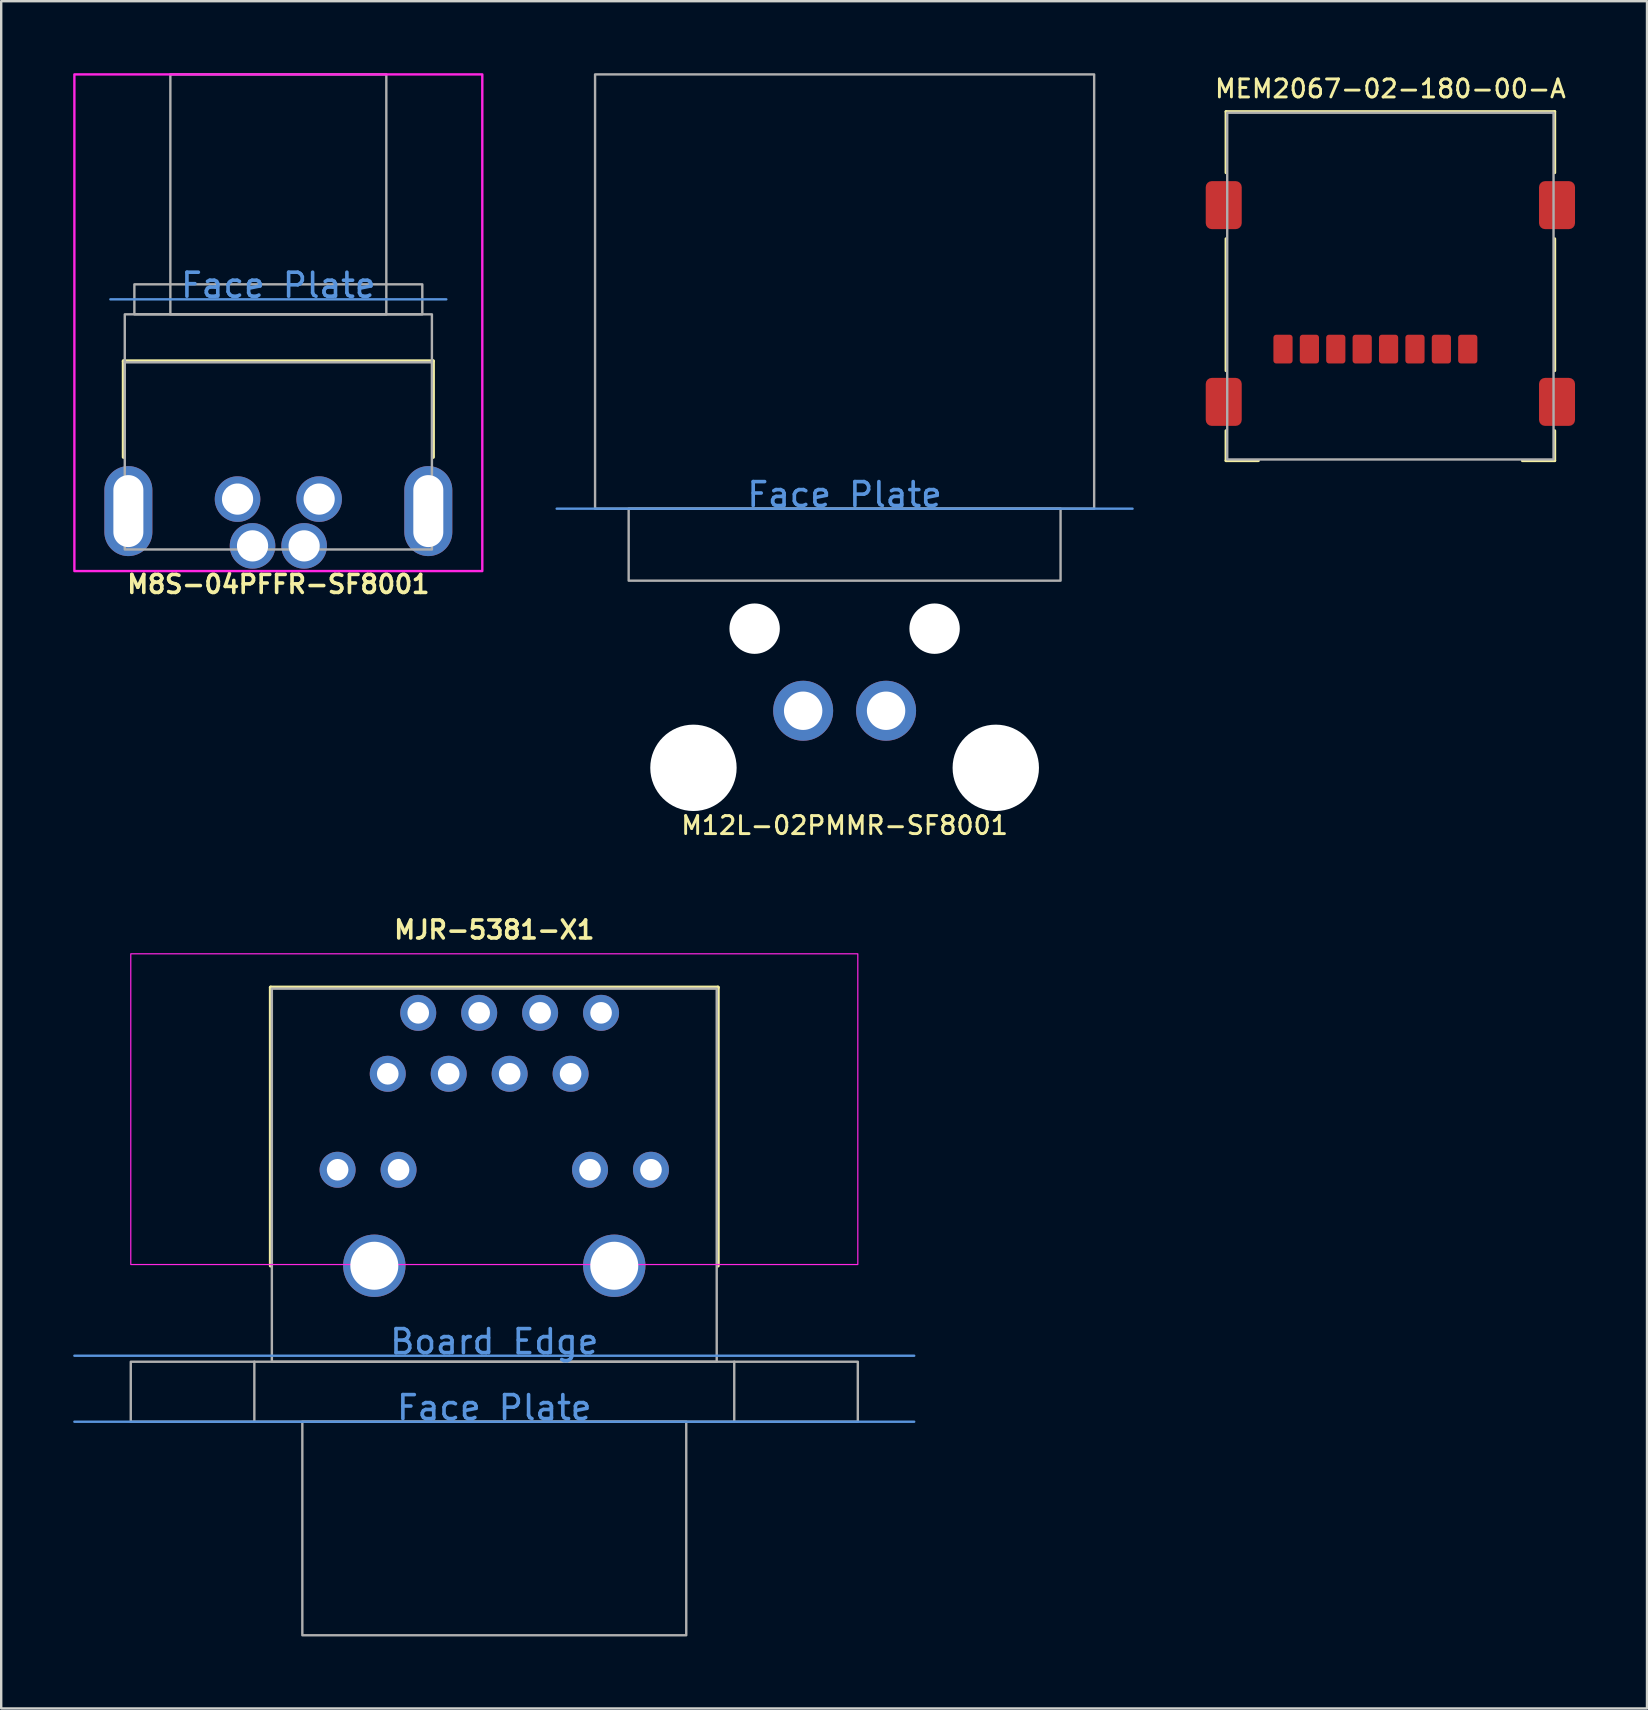
<source format=kicad_pcb>
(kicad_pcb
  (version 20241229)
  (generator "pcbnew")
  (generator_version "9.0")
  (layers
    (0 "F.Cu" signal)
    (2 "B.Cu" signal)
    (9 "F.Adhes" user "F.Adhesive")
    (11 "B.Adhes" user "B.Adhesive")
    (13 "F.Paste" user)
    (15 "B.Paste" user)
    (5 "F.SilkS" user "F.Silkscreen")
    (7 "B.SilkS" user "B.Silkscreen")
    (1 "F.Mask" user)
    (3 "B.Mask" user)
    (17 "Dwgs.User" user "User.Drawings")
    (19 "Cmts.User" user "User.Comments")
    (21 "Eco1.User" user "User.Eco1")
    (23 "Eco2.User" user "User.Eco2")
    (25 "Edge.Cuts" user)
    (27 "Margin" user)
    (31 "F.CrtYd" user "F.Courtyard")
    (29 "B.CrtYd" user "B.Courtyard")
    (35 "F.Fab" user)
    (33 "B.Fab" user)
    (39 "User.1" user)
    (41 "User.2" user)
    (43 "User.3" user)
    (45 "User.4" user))
  (footprint "M12L-02PMMR-SF8001"
    (layer "F.Cu")
    (at 32.15 28.95)
    (property "Reference" "M12L-02PMMR-SF8001" (at 0 2.4 0) (unlocked yes) (layer "F.SilkS") (effects (font (size 0.75 0.75) (thickness 0.12))))
    (attr through_hole)
    (fp_line (start -12 -10.8) (end 12 -10.8) (stroke (width 0.1) (type solid)) (layer "Cmts.User"))
    (fp_rect (start -10.4 -28.9) (end 10.4 -10.8) (stroke (width 0.1) (type solid)) (fill no) (layer "F.Fab"))
    (fp_rect (start -9 -10.8) (end 9 -7.8) (stroke (width 0.1) (type solid)) (fill no) (layer "F.Fab"))
    (fp_text user "Face Plate" (at 0 -10.8 0) (unlocked yes) (layer "Cmts.User") (effects (font (size 1 1) (thickness 0.15)) (justify bottom)))
    (pad "" np_thru_hole circle (at -6.3 0) (size 3.6 3.6) (drill 3.6) (layers "*.Cu" "*.Mask"))
    (pad "" np_thru_hole circle (at -3.75 -5.8) (size 2.1 2.1) (drill 2.1) (layers "*.Cu" "*.Mask"))
    (pad "" np_thru_hole circle (at 3.75 -5.8) (size 2.1 2.1) (drill 2.1) (layers "*.Cu" "*.Mask"))
    (pad "" np_thru_hole circle (at 6.3 0) (size 3.6 3.6) (drill 3.6) (layers "*.Cu" "*.Mask"))
    (pad "1" thru_hole circle (at -1.728 -2.379) (size 2.5 2.5) (drill 1.6) (layers "*.Cu" "*.Mask"))
    (pad "2" thru_hole circle (at 1.728 -2.379) (size 2.5 2.5) (drill 1.6) (layers "*.Cu" "*.Mask")))
  (footprint "MJR-5381-X1"
    (layer "F.Cu")
    (at 17.55 49.701)
    (property "Reference" "MJR-5381-X1" (at 0 -14 0) (unlocked yes) (layer "F.SilkS") (effects (font (size 0.75 0.75) (thickness 0.15) (bold yes))))
    (attr through_hole)
    (fp_line (start -9.32 -11.6) (end -9.32 0) (stroke (width 0.15) (type solid)) (layer "F.SilkS"))
    (fp_line (start -9.32 -11.6) (end 9.32 -11.6) (stroke (width 0.15) (type solid)) (layer "F.SilkS"))
    (fp_line (start 9.32 -11.6) (end 9.32 0) (stroke (width 0.15) (type solid)) (layer "F.SilkS"))
    (fp_line (start -17.5 3.75) (end 17.5 3.75) (stroke (width 0.1) (type default)) (layer "Cmts.User"))
    (fp_line (start -17.5 6.5) (end 17.5 6.5) (stroke (width 0.1) (type default)) (layer "Cmts.User"))
    (fp_rect (start -15.15 -13) (end 15.15 -0.05) (stroke (width 0.05) (type default)) (fill no) (layer "F.CrtYd"))
    (fp_line (start -10 4) (end -10 6.5) (stroke (width 0.1) (type default)) (layer "F.Fab"))
    (fp_line (start 10 4) (end 10 6.5) (stroke (width 0.1) (type default)) (layer "F.Fab"))
    (fp_rect (start -15.15 4) (end 15.15 6.5) (stroke (width 0.1) (type default)) (fill no) (layer "F.Fab"))
    (fp_rect (start -9.27 -11.55) (end 9.27 4) (stroke (width 0.1) (type default)) (fill no) (layer "F.Fab"))
    (fp_rect (start -8 6.5) (end 8 15.4) (stroke (width 0.1) (type default)) (fill no) (layer "F.Fab"))
    (fp_text user "Face Plate" (at 0 6.5 0) (unlocked yes) (layer "Cmts.User") (effects (font (size 1 1) (thickness 0.15)) (justify bottom)))
    (fp_text user "Board Edge" (at 0 3.75 0) (unlocked yes) (layer "Cmts.User") (effects (font (size 1 1) (thickness 0.15)) (justify bottom)))
    (pad "1" thru_hole circle (at -4.44 -8) (size 1.5 1.5) (drill 0.9) (layers "*.Cu" "*.Mask"))
    (pad "2" thru_hole circle (at -3.17 -10.54) (size 1.5 1.5) (drill 0.9) (layers "*.Cu" "*.Mask"))
    (pad "3" thru_hole circle (at -1.9 -8) (size 1.5 1.5) (drill 0.9) (layers "*.Cu" "*.Mask"))
    (pad "4" thru_hole circle (at -0.63 -10.54) (size 1.5 1.5) (drill 0.9) (layers "*.Cu" "*.Mask"))
    (pad "5" thru_hole circle (at 0.64 -8) (size 1.5 1.5) (drill 0.9) (layers "*.Cu" "*.Mask"))
    (pad "6" thru_hole circle (at 1.91 -10.54) (size 1.5 1.5) (drill 0.9) (layers "*.Cu" "*.Mask"))
    (pad "7" thru_hole circle (at 3.18 -8) (size 1.5 1.5) (drill 0.9) (layers "*.Cu" "*.Mask"))
    (pad "8" thru_hole circle (at 4.45 -10.54) (size 1.5 1.5) (drill 0.9) (layers "*.Cu" "*.Mask"))
    (pad "9" thru_hole circle (at 6.53 -4) (size 1.5 1.5) (drill 0.9) (layers "*.Cu" "*.Mask"))
    (pad "10" thru_hole circle (at 3.99 -4) (size 1.5 1.5) (drill 0.9) (layers "*.Cu" "*.Mask"))
    (pad "11" thru_hole circle (at -3.99 -4) (size 1.5 1.5) (drill 0.9) (layers "*.Cu" "*.Mask"))
    (pad "12" thru_hole circle (at -6.53 -4) (size 1.5 1.5) (drill 0.9) (layers "*.Cu" "*.Mask"))
    (pad "S1" thru_hole circle (at -5 0) (size 2.6 2.6) (drill 2) (layers "*.Cu" "*.Mask"))
    (pad "S2" thru_hole circle (at 5 0) (size 2.6 2.6) (drill 2) (layers "*.Cu" "*.Mask"))
    (zone (net_name "") (layer "F.Cu") (name "RJ45 Keepout") (hatch edge 0.5) (connect_pads) (min_thickness 0.25) (filled_areas_thickness no) (keepout (tracks allowed) (vias allowed) (pads not_allowed) (copperpour allowed) (footprints not_allowed)) (placement (enabled no)) (fill) (polygon (pts (xy 2.4 53.451) (xy 32.7 53.451) (xy 32.7 47.201) (xy 27.35 47.201) (xy 27.35 37.651) (xy 7.75 37.651) (xy 7.75 47.201) (xy 2.4 47.201)))))
  (footprint "M8S-04PFFR-SF8001"
    (layer "F.Cu")
    (at 8.55 18.25)
    (property "Reference" "M8S-04PFFR-SF8001" (at 0 3.05 0) (unlocked yes) (layer "F.SilkS") (effects (font (size 0.75 0.75) (thickness 0.15) (bold yes))))
    (attr through_hole)
    (fp_line (start -6.45 -6.25) (end -6.45 -2.25) (stroke (width 0.15) (type default)) (layer "F.SilkS"))
    (fp_line (start -6.45 -6.25) (end 6.45 -6.25) (stroke (width 0.15) (type default)) (layer "F.SilkS"))
    (fp_line (start 6.45 -6.25) (end 6.45 -2.25) (stroke (width 0.15) (type default)) (layer "F.SilkS"))
    (fp_line (start -7 -8.825) (end 7 -8.825) (stroke (width 0.1) (type solid)) (layer "Cmts.User"))
    (fp_rect (start -8.5 -18.2) (end 8.5 2.5) (stroke (width 0.1) (type default)) (fill no) (layer "F.CrtYd"))
    (fp_line (start -6.4 -6.2) (end 6.4 -6.2) (stroke (width 0.1) (type default)) (layer "F.Fab"))
    (fp_rect (start -6.4 -8.2) (end 6.4 1.6) (stroke (width 0.1) (type default)) (fill no) (layer "F.Fab"))
    (fp_rect (start -6 -9.45) (end 6 -8.2) (stroke (width 0.1) (type default)) (fill no) (layer "F.Fab"))
    (fp_rect (start -4.5 -18.2) (end 4.5 -8.2) (stroke (width 0.1) (type default)) (fill no) (layer "F.Fab"))
    (fp_text user "Face Plate" (at 0 -8.825 0) (layer "Cmts.User") (effects (font (size 1 1) (thickness 0.15)) (justify bottom)))
    (pad "1" thru_hole circle (at -1.7 -0.5) (size 1.9 1.9) (drill 1.3) (layers "*.Cu" "*.Mask"))
    (pad "2" thru_hole circle (at -1.075 1.45) (size 1.9 1.9) (drill 1.3) (layers "*.Cu" "*.Mask"))
    (pad "3" thru_hole circle (at 1.7 -0.5) (size 1.9 1.9) (drill 1.3) (layers "*.Cu" "*.Mask"))
    (pad "4" thru_hole circle (at 1.075 1.45) (size 1.9 1.9) (drill 1.3) (layers "*.Cu" "*.Mask"))
    (pad "S1" thru_hole oval (at -6.25 0) (size 2 3.75) (drill oval 1.25 3) (layers "*.Cu" "*.Mask"))
    (pad "S2" thru_hole oval (at 6.25 0) (size 2 3.75) (drill oval 1.25 3) (layers "*.Cu" "*.Mask")))
  (footprint "MEM2067-02-180-00-A"
    (layer "F.Cu")
    (at 54.895 1.649)
    (property "Reference" "MEM2067-02-180-00-A" (at 0 -1 0) (unlocked yes) (layer "F.SilkS") (effects (font (size 0.75 0.75) (thickness 0.12))))
    (attr smd)
    (fp_line (start -6.85 -0.05) (end -6.85 2.5) (stroke (width 0.12) (type solid)) (layer "F.SilkS"))
    (fp_line (start -6.85 10.75) (end -6.85 5.25) (stroke (width 0.12) (type solid)) (layer "F.SilkS"))
    (fp_line (start -6.85 13.25) (end -6.85 14.5) (stroke (width 0.12) (type solid)) (layer "F.SilkS"))
    (fp_line (start -6.85 14.5) (end -5.5 14.5) (stroke (width 0.12) (type solid)) (layer "F.SilkS"))
    (fp_line (start 6.85 -0.05) (end -6.85 -0.05) (stroke (width 0.12) (type solid)) (layer "F.SilkS"))
    (fp_line (start 6.85 -0.05) (end 6.85 2.5) (stroke (width 0.12) (type solid)) (layer "F.SilkS"))
    (fp_line (start 6.85 5.25) (end 6.85 10.75) (stroke (width 0.12) (type solid)) (layer "F.SilkS"))
    (fp_line (start 6.85 13.25) (end 6.85 14.5) (stroke (width 0.12) (type solid)) (layer "F.SilkS"))
    (fp_line (start 6.85 14.5) (end 5.5 14.5) (stroke (width 0.12) (type solid)) (layer "F.SilkS"))
    (fp_rect (start -6.8 0) (end 6.8 14.45) (stroke (width 0.1) (type solid)) (fill no) (layer "F.Fab"))
    (pad "1" smd roundrect (at 3.225 9.85) (size 0.8 1.2) (layers "F.Cu" "F.Mask" "F.Paste") (roundrect_rratio 0.15))
    (pad "2" smd roundrect (at 2.125 9.85) (size 0.8 1.2) (layers "F.Cu" "F.Mask" "F.Paste") (roundrect_rratio 0.15))
    (pad "3" smd roundrect (at 1.025 9.85) (size 0.8 1.2) (layers "F.Cu" "F.Mask" "F.Paste") (roundrect_rratio 0.15))
    (pad "4" smd roundrect (at -0.075 9.85) (size 0.8 1.2) (layers "F.Cu" "F.Mask" "F.Paste") (roundrect_rratio 0.15))
    (pad "5" smd roundrect (at -1.175 9.85) (size 0.8 1.2) (layers "F.Cu" "F.Mask" "F.Paste") (roundrect_rratio 0.15))
    (pad "6" smd roundrect (at -2.275 9.85) (size 0.8 1.2) (layers "F.Cu" "F.Mask" "F.Paste") (roundrect_rratio 0.15))
    (pad "7" smd roundrect (at -3.375 9.85) (size 0.8 1.2) (layers "F.Cu" "F.Mask" "F.Paste") (roundrect_rratio 0.15))
    (pad "8" smd roundrect (at -4.475 9.85) (size 0.8 1.2) (layers "F.Cu" "F.Mask" "F.Paste") (roundrect_rratio 0.15))
    (pad "S1" smd roundrect (at -6.945 12.05) (size 1.5 2) (layers "F.Cu" "F.Mask" "F.Paste") (roundrect_rratio 0.167))
    (pad "S2" smd roundrect (at -6.945 3.85) (size 1.5 2) (layers "F.Cu" "F.Mask" "F.Paste") (roundrect_rratio 0.167))
    (pad "S3" smd roundrect (at 6.945 3.85) (size 1.5 2) (layers "F.Cu" "F.Mask" "F.Paste") (roundrect_rratio 0.167))
    (pad "S4" smd roundrect (at 6.945 12.05) (size 1.5 2) (layers "F.Cu" "F.Mask" "F.Paste") (roundrect_rratio 0.167))
    (zone (net_name "") (layer "F.Cu") (name "SD Keepout") (hatch edge 0.5) (connect_pads) (min_thickness 0.25) (filled_areas_thickness no) (keepout (tracks not_allowed) (vias not_allowed) (pads not_allowed) (copperpour allowed) (footprints allowed)) (placement (enabled no)) (fill) (polygon (pts (xy 49.745 3.049) (xy 58.745 3.049) (xy 58.745 5.849) (xy 49.745 5.849)))))
  (gr_rect
    (start -3 -3)
    (end 65.59 68.151)
    (stroke (width 0.1) (type default))
    (fill no)
    (layer "Edge.Cuts")))
</source>
